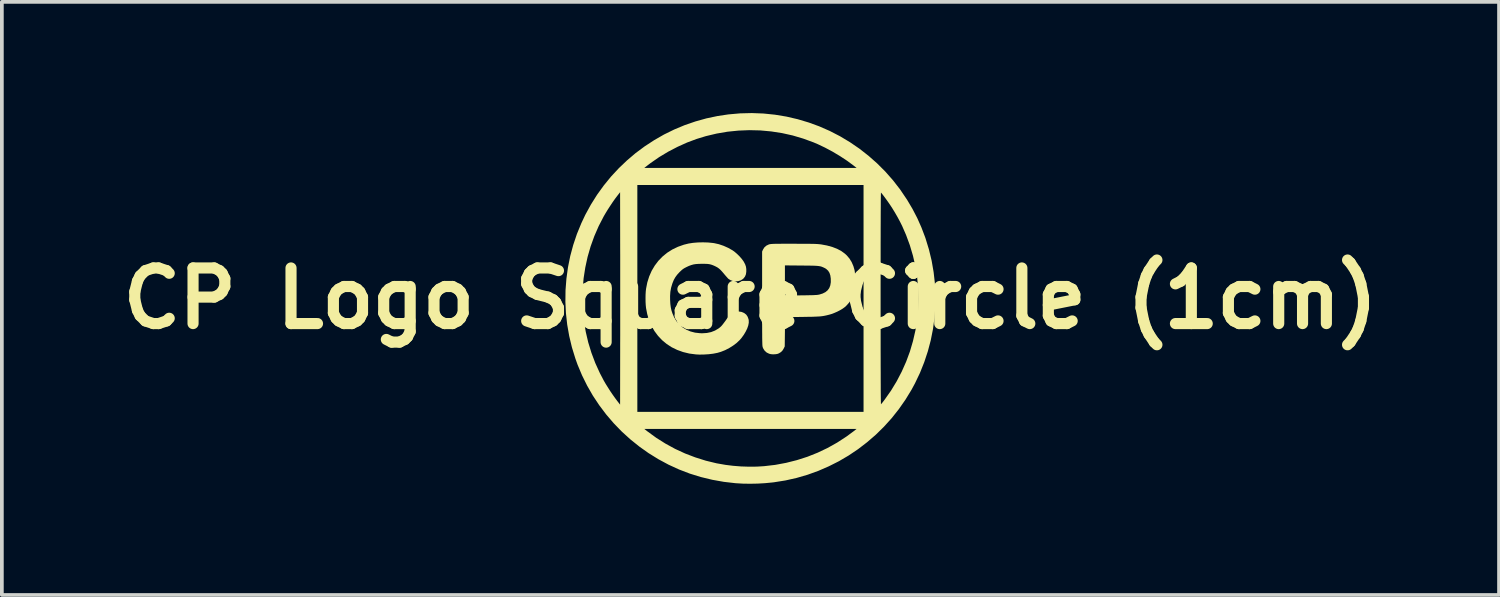
<source format=kicad_pcb>
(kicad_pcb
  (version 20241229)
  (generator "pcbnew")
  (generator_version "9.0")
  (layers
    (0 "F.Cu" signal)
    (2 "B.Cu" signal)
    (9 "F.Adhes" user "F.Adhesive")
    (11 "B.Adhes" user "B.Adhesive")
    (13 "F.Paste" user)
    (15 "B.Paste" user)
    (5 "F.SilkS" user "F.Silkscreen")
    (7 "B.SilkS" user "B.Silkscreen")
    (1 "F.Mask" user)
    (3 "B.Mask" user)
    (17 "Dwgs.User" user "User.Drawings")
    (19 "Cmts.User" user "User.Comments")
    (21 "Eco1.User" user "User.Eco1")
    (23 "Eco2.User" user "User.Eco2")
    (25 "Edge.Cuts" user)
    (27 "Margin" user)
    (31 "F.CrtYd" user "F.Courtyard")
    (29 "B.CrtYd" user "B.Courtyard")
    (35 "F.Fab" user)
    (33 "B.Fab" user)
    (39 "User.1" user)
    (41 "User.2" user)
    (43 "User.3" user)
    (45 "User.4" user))
  (footprint "CP Logo Square Circle (1cm)"
    (layer "F.Cu")
    (at 17.193 5)
    (property "Reference" "CP Logo Square Circle (1cm)" (at 0 0 0) (layer "F.SilkS") (effects (font (size 1.5 1.5) (thickness 0.3))))
    (attr board_only exclude_from_pos_files exclude_from_bom)
    (fp_poly (pts (xy -1.144 -1.509) (xy -1.015 -1.496) (xy -0.979 -1.491) (xy -0.853 -1.463) (xy -0.724 -1.419) (xy -0.597 -1.362) (xy -0.479 -1.295) (xy -0.479 -1.295) (xy -0.419 -1.251) (xy -0.356 -1.196) (xy -0.293 -1.134) (xy -0.237 -1.07) (xy -0.192 -1.009) (xy -0.177 -0.985) (xy -0.142 -0.918) (xy -0.121 -0.856) (xy -0.112 -0.792) (xy -0.112 -0.722) (xy -0.122 -0.651) (xy -0.146 -0.592) (xy -0.183 -0.543) (xy -0.207 -0.521) (xy -0.265 -0.486) (xy -0.331 -0.466) (xy -0.402 -0.46) (xy -0.472 -0.469) (xy -0.538 -0.493) (xy -0.596 -0.53) (xy -0.599 -0.533) (xy -0.614 -0.549) (xy -0.638 -0.576) (xy -0.67 -0.612) (xy -0.705 -0.653) (xy -0.717 -0.668) (xy -0.766 -0.725) (xy -0.808 -0.77) (xy -0.846 -0.804) (xy -0.884 -0.832) (xy -0.927 -0.856) (xy -0.965 -0.875) (xy -1.014 -0.896) (xy -1.059 -0.912) (xy -1.103 -0.923) (xy -1.152 -0.93) (xy -1.211 -0.933) (xy -1.283 -0.934) (xy -1.311 -0.934) (xy -1.398 -0.932) (xy -1.472 -0.927) (xy -1.536 -0.917) (xy -1.597 -0.9) (xy -1.659 -0.877) (xy -1.728 -0.845) (xy -1.731 -0.843) (xy -1.776 -0.82) (xy -1.813 -0.797) (xy -1.847 -0.771) (xy -1.884 -0.737) (xy -1.916 -0.706) (xy -1.978 -0.638) (xy -2.027 -0.571) (xy -2.067 -0.5) (xy -2.101 -0.417) (xy -2.11 -0.391) (xy -2.141 -0.286) (xy -2.16 -0.18) (xy -2.168 -0.067) (xy -2.167 0.04) (xy -2.161 0.147) (xy -2.149 0.239) (xy -2.131 0.323) (xy -2.104 0.404) (xy -2.069 0.487) (xy -2.059 0.507) (xy -1.998 0.611) (xy -1.921 0.703) (xy -1.832 0.78) (xy -1.73 0.843) (xy -1.617 0.891) (xy -1.494 0.923) (xy -1.361 0.938) (xy -1.303 0.94) (xy -1.176 0.932) (xy -1.061 0.908) (xy -0.956 0.867) (xy -0.859 0.809) (xy -0.842 0.796) (xy -0.817 0.776) (xy -0.794 0.755) (xy -0.77 0.729) (xy -0.744 0.697) (xy -0.713 0.656) (xy -0.674 0.604) (xy -0.632 0.543) (xy -0.581 0.475) (xy -0.534 0.424) (xy -0.489 0.388) (xy -0.443 0.365) (xy -0.392 0.353) (xy -0.333 0.351) (xy -0.316 0.352) (xy -0.236 0.365) (xy -0.169 0.394) (xy -0.115 0.436) (xy -0.076 0.493) (xy -0.051 0.562) (xy -0.046 0.591) (xy -0.045 0.656) (xy -0.059 0.73) (xy -0.087 0.811) (xy -0.128 0.895) (xy -0.179 0.981) (xy -0.24 1.065) (xy -0.29 1.123) (xy -0.37 1.199) (xy -0.465 1.271) (xy -0.57 1.337) (xy -0.682 1.395) (xy -0.795 1.44) (xy -0.89 1.468) (xy -1.002 1.49) (xy -1.125 1.505) (xy -1.253 1.513) (xy -1.378 1.515) (xy -1.471 1.51) (xy -1.649 1.487) (xy -1.818 1.446) (xy -1.976 1.389) (xy -2.124 1.317) (xy -2.259 1.229) (xy -2.382 1.127) (xy -2.492 1.011) (xy -2.588 0.882) (xy -2.669 0.741) (xy -2.735 0.588) (xy -2.784 0.424) (xy -2.816 0.26) (xy -2.824 0.183) (xy -2.829 0.094) (xy -2.83 -0.002) (xy -2.829 -0.097) (xy -2.824 -0.186) (xy -2.816 -0.259) (xy -2.782 -0.432) (xy -2.731 -0.594) (xy -2.664 -0.746) (xy -2.58 -0.887) (xy -2.483 -1.015) (xy -2.37 -1.131) (xy -2.245 -1.233) (xy -2.106 -1.321) (xy -1.956 -1.393) (xy -1.794 -1.45) (xy -1.668 -1.481) (xy -1.549 -1.499) (xy -1.418 -1.51) (xy -1.281 -1.513)) (stroke (width 0) (type solid)) (fill yes) (layer "F.SilkS"))
    (fp_poly (pts (xy 1.17 -1.475) (xy 1.302 -1.474) (xy 1.415 -1.474) (xy 1.512 -1.474) (xy 1.594 -1.473) (xy 1.662 -1.472) (xy 1.72 -1.471) (xy 1.768 -1.469) (xy 1.808 -1.467) (xy 1.842 -1.464) (xy 1.872 -1.461) (xy 1.899 -1.458) (xy 1.901 -1.458) (xy 2.063 -1.428) (xy 2.209 -1.388) (xy 2.338 -1.338) (xy 2.451 -1.278) (xy 2.548 -1.207) (xy 2.599 -1.16) (xy 2.672 -1.074) (xy 2.731 -0.978) (xy 2.777 -0.871) (xy 2.808 -0.764) (xy 2.816 -0.713) (xy 2.822 -0.648) (xy 2.826 -0.573) (xy 2.827 -0.493) (xy 2.826 -0.413) (xy 2.823 -0.338) (xy 2.817 -0.273) (xy 2.809 -0.222) (xy 2.808 -0.22) (xy 2.771 -0.094) (xy 2.722 0.017) (xy 2.661 0.113) (xy 2.586 0.197) (xy 2.544 0.235) (xy 2.489 0.275) (xy 2.421 0.316) (xy 2.344 0.356) (xy 2.264 0.391) (xy 2.187 0.42) (xy 2.141 0.434) (xy 2.091 0.447) (xy 2.045 0.458) (xy 2.002 0.467) (xy 1.959 0.475) (xy 1.914 0.481) (xy 1.863 0.486) (xy 1.806 0.489) (xy 1.739 0.492) (xy 1.66 0.495) (xy 1.567 0.496) (xy 1.458 0.498) (xy 1.396 0.499) (xy 0.935 0.505) (xy 0.93 0.9) (xy 0.925 1.295) (xy 0.897 1.352) (xy 0.865 1.405) (xy 0.823 1.447) (xy 0.767 1.482) (xy 0.766 1.482) (xy 0.723 1.498) (xy 0.667 1.506) (xy 0.606 1.508) (xy 0.548 1.503) (xy 0.505 1.492) (xy 0.439 1.46) (xy 0.388 1.416) (xy 0.348 1.356) (xy 0.333 1.321) (xy 0.33 1.313) (xy 0.328 1.304) (xy 0.326 1.292) (xy 0.324 1.276) (xy 0.322 1.255) (xy 0.321 1.227) (xy 0.32 1.193) (xy 0.319 1.151) (xy 0.318 1.1) (xy 0.317 1.038) (xy 0.317 0.965) (xy 0.316 0.88) (xy 0.316 0.781) (xy 0.315 0.668) (xy 0.315 0.54) (xy 0.315 0.394) (xy 0.315 0.231) (xy 0.315 0.05) (xy 0.315 0.005) (xy 0.315 -0.492) (xy 0.93 -0.492) (xy 0.931 -0.405) (xy 0.931 -0.324) (xy 0.932 -0.251) (xy 0.933 -0.189) (xy 0.934 -0.139) (xy 0.936 -0.105) (xy 0.937 -0.087) (xy 0.938 -0.086) (xy 0.949 -0.084) (xy 0.978 -0.083) (xy 1.023 -0.082) (xy 1.082 -0.082) (xy 1.152 -0.082) (xy 1.232 -0.082) (xy 1.319 -0.082) (xy 1.366 -0.083) (xy 1.475 -0.084) (xy 1.567 -0.086) (xy 1.643 -0.087) (xy 1.704 -0.089) (xy 1.753 -0.092) (xy 1.792 -0.094) (xy 1.822 -0.098) (xy 1.845 -0.102) (xy 1.853 -0.103) (xy 1.947 -0.132) (xy 2.023 -0.17) (xy 2.082 -0.219) (xy 2.126 -0.279) (xy 2.154 -0.352) (xy 2.168 -0.438) (xy 2.167 -0.535) (xy 2.155 -0.62) (xy 2.132 -0.69) (xy 2.096 -0.747) (xy 2.046 -0.793) (xy 2.002 -0.82) (xy 1.973 -0.834) (xy 1.946 -0.846) (xy 1.921 -0.856) (xy 1.894 -0.864) (xy 1.863 -0.87) (xy 1.827 -0.875) (xy 1.783 -0.879) (xy 1.73 -0.882) (xy 1.664 -0.884) (xy 1.585 -0.885) (xy 1.49 -0.886) (xy 1.378 -0.887) (xy 0.93 -0.891) (xy 0.93 -0.492) (xy 0.315 -0.492) (xy 0.315 -1.265) (xy 0.339 -1.318) (xy 0.376 -1.377) (xy 0.428 -1.423) (xy 0.494 -1.455) (xy 0.498 -1.456) (xy 0.511 -1.46) (xy 0.525 -1.463) (xy 0.542 -1.466) (xy 0.563 -1.468) (xy 0.591 -1.47) (xy 0.626 -1.472) (xy 0.67 -1.473) (xy 0.725 -1.474) (xy 0.793 -1.474) (xy 0.875 -1.475) (xy 0.973 -1.475) (xy 1.088 -1.475)) (stroke (width 0) (type solid)) (fill yes) (layer "F.SilkS"))
    (fp_poly (pts (xy 0.351 -4.988) (xy 0.662 -4.956) (xy 0.971 -4.905) (xy 1.276 -4.834) (xy 1.577 -4.744) (xy 1.856 -4.642) (xy 2.141 -4.517) (xy 2.418 -4.374) (xy 2.685 -4.214) (xy 2.942 -4.038) (xy 3.187 -3.846) (xy 3.42 -3.64) (xy 3.64 -3.42) (xy 3.846 -3.186) (xy 4.037 -2.94) (xy 4.212 -2.681) (xy 4.223 -2.665) (xy 4.37 -2.417) (xy 4.499 -2.169) (xy 4.612 -1.915) (xy 4.712 -1.652) (xy 4.723 -1.62) (xy 4.815 -1.32) (xy 4.888 -1.017) (xy 4.941 -0.711) (xy 4.976 -0.403) (xy 4.991 -0.095) (xy 4.987 0.214) (xy 4.965 0.521) (xy 4.924 0.826) (xy 4.864 1.129) (xy 4.785 1.427) (xy 4.688 1.72) (xy 4.573 2.008) (xy 4.439 2.289) (xy 4.344 2.465) (xy 4.18 2.733) (xy 4.001 2.989) (xy 3.808 3.232) (xy 3.601 3.461) (xy 3.381 3.677) (xy 3.148 3.878) (xy 2.905 4.065) (xy 2.651 4.236) (xy 2.387 4.391) (xy 2.113 4.529) (xy 1.832 4.651) (xy 1.542 4.756) (xy 1.246 4.842) (xy 0.944 4.91) (xy 0.636 4.959) (xy 0.595 4.964) (xy 0.399 4.983) (xy 0.197 4.995) (xy -0.006 4.999) (xy -0.203 4.996) (xy -0.388 4.985) (xy -0.395 4.985) (xy -0.716 4.948) (xy -1.03 4.892) (xy -1.336 4.818) (xy -1.634 4.726) (xy -1.924 4.615) (xy -2.208 4.485) (xy -2.483 4.337) (xy -2.751 4.171) (xy -2.996 3.997) (xy -3.24 3.801) (xy -3.471 3.591) (xy -3.54 3.52) (xy -2.864 3.52) (xy -2.781 3.585) (xy -2.542 3.759) (xy -2.293 3.916) (xy -2.033 4.058) (xy -1.764 4.182) (xy -1.487 4.288) (xy -1.204 4.377) (xy -0.916 4.447) (xy -0.671 4.49) (xy -0.468 4.515) (xy -0.255 4.532) (xy -0.04 4.539) (xy 0.171 4.537) (xy 0.367 4.525) (xy 0.668 4.49) (xy 0.963 4.435) (xy 1.253 4.362) (xy 1.537 4.271) (xy 1.813 4.161) (xy 2.08 4.034) (xy 2.339 3.889) (xy 2.588 3.727) (xy 2.781 3.585) (xy 2.864 3.52) (xy 0 3.52) (xy -2.864 3.52) (xy -3.54 3.52) (xy -3.688 3.367) (xy -3.891 3.13) (xy -4.078 2.882) (xy -4.25 2.623) (xy -4.405 2.353) (xy -4.543 2.074) (xy -4.663 1.788) (xy -4.723 1.62) (xy -4.816 1.318) (xy -4.889 1.013) (xy -4.943 0.705) (xy -4.977 0.396) (xy -4.992 0.086) (xy -4.991 0.035) (xy -4.532 0.035) (xy -4.521 0.326) (xy -4.491 0.615) (xy -4.442 0.903) (xy -4.375 1.188) (xy -4.289 1.468) (xy -4.185 1.744) (xy -4.062 2.014) (xy -3.957 2.215) (xy -3.905 2.305) (xy -3.844 2.402) (xy -3.78 2.503) (xy -3.713 2.601) (xy -3.649 2.691) (xy -3.594 2.765) (xy -3.516 2.865) (xy -3.514 1.433) (xy -3.514 1.23) (xy -3.513 1.011) (xy -3.513 0.779) (xy -3.513 0.536) (xy -3.513 0.287) (xy -3.513 0.034) (xy -3.513 0) (xy -3.051 0) (xy -3.051 3.06) (xy 0 3.06) (xy 3.051 3.06) (xy 3.051 0) (xy 3.511 0) (xy 3.511 0.312) (xy 3.512 0.607) (xy 3.512 0.885) (xy 3.512 1.145) (xy 3.512 1.388) (xy 3.513 1.612) (xy 3.513 1.819) (xy 3.514 2.007) (xy 3.514 2.177) (xy 3.515 2.329) (xy 3.515 2.461) (xy 3.516 2.575) (xy 3.517 2.67) (xy 3.518 2.745) (xy 3.519 2.801) (xy 3.52 2.837) (xy 3.521 2.854) (xy 3.521 2.855) (xy 3.53 2.845) (xy 3.549 2.823) (xy 3.575 2.79) (xy 3.606 2.75) (xy 3.62 2.731) (xy 3.792 2.487) (xy 3.946 2.233) (xy 4.082 1.972) (xy 4.201 1.704) (xy 4.302 1.431) (xy 4.384 1.152) (xy 4.449 0.869) (xy 4.495 0.583) (xy 4.523 0.294) (xy 4.533 0.005) (xy 4.523 -0.286) (xy 4.496 -0.576) (xy 4.45 -0.865) (xy 4.384 -1.151) (xy 4.3 -1.435) (xy 4.197 -1.714) (xy 4.092 -1.955) (xy 4.034 -2.071) (xy 3.968 -2.194) (xy 3.896 -2.319) (xy 3.823 -2.438) (xy 3.793 -2.484) (xy 3.762 -2.531) (xy 3.726 -2.583) (xy 3.688 -2.637) (xy 3.649 -2.691) (xy 3.612 -2.741) (xy 3.579 -2.785) (xy 3.551 -2.821) (xy 3.531 -2.845) (xy 3.521 -2.855) (xy 3.52 -2.846) (xy 3.519 -2.817) (xy 3.518 -2.768) (xy 3.517 -2.7) (xy 3.516 -2.612) (xy 3.516 -2.505) (xy 3.515 -2.38) (xy 3.514 -2.235) (xy 3.514 -2.072) (xy 3.513 -1.891) (xy 3.513 -1.691) (xy 3.512 -1.473) (xy 3.512 -1.237) (xy 3.512 -0.983) (xy 3.512 -0.712) (xy 3.511 -0.423) (xy 3.511 -0.117) (xy 3.511 0) (xy 3.051 0) (xy 3.051 -3.06) (xy 0 -3.06) (xy -3.051 -3.06) (xy -3.051 0) (xy -3.513 0) (xy -3.513 -0.22) (xy -3.513 -0.471) (xy -3.513 -0.716) (xy -3.513 -0.951) (xy -3.513 -1.174) (xy -3.514 -1.381) (xy -3.514 -1.433) (xy -3.516 -2.865) (xy -3.594 -2.765) (xy -3.653 -2.687) (xy -3.717 -2.596) (xy -3.783 -2.497) (xy -3.848 -2.397) (xy -3.908 -2.299) (xy -3.957 -2.215) (xy -4.094 -1.95) (xy -4.212 -1.679) (xy -4.312 -1.401) (xy -4.393 -1.12) (xy -4.455 -0.834) (xy -4.5 -0.546) (xy -4.525 -0.256) (xy -4.532 0.035) (xy -4.991 0.035) (xy -4.988 -0.224) (xy -4.964 -0.532) (xy -4.922 -0.839) (xy -4.861 -1.143) (xy -4.78 -1.443) (xy -4.681 -1.738) (xy -4.562 -2.028) (xy -4.455 -2.255) (xy -4.304 -2.531) (xy -4.138 -2.795) (xy -3.957 -3.046) (xy -3.762 -3.285) (xy -3.553 -3.51) (xy -3.543 -3.52) (xy -2.864 -3.52) (xy 0 -3.52) (xy 2.864 -3.52) (xy 2.781 -3.585) (xy 2.605 -3.715) (xy 2.415 -3.84) (xy 2.216 -3.959) (xy 2.012 -4.068) (xy 1.81 -4.164) (xy 1.701 -4.21) (xy 1.422 -4.312) (xy 1.139 -4.396) (xy 0.851 -4.46) (xy 0.559 -4.505) (xy 0.265 -4.532) (xy -0.03 -4.539) (xy -0.325 -4.527) (xy -0.62 -4.497) (xy -0.912 -4.447) (xy -1.202 -4.378) (xy -1.451 -4.302) (xy -1.71 -4.205) (xy -1.967 -4.089) (xy -2.219 -3.958) (xy -2.462 -3.812) (xy -2.692 -3.653) (xy -2.781 -3.585) (xy -2.864 -3.52) (xy -3.543 -3.52) (xy -3.331 -3.722) (xy -3.098 -3.92) (xy -2.853 -4.102) (xy -2.597 -4.269) (xy -2.332 -4.421) (xy -2.057 -4.556) (xy -1.775 -4.674) (xy -1.484 -4.774) (xy -1.187 -4.857) (xy -0.883 -4.921) (xy -0.595 -4.964) (xy -0.279 -4.992) (xy 0.037 -5)) (stroke (width 0) (type solid)) (fill yes) (layer "F.SilkS")))
  (gr_rect
    (start -3 -3)
    (end 37.386 12.999)
    (stroke (width 0.1) (type default))
    (fill no)
    (layer "Edge.Cuts")))
</source>
